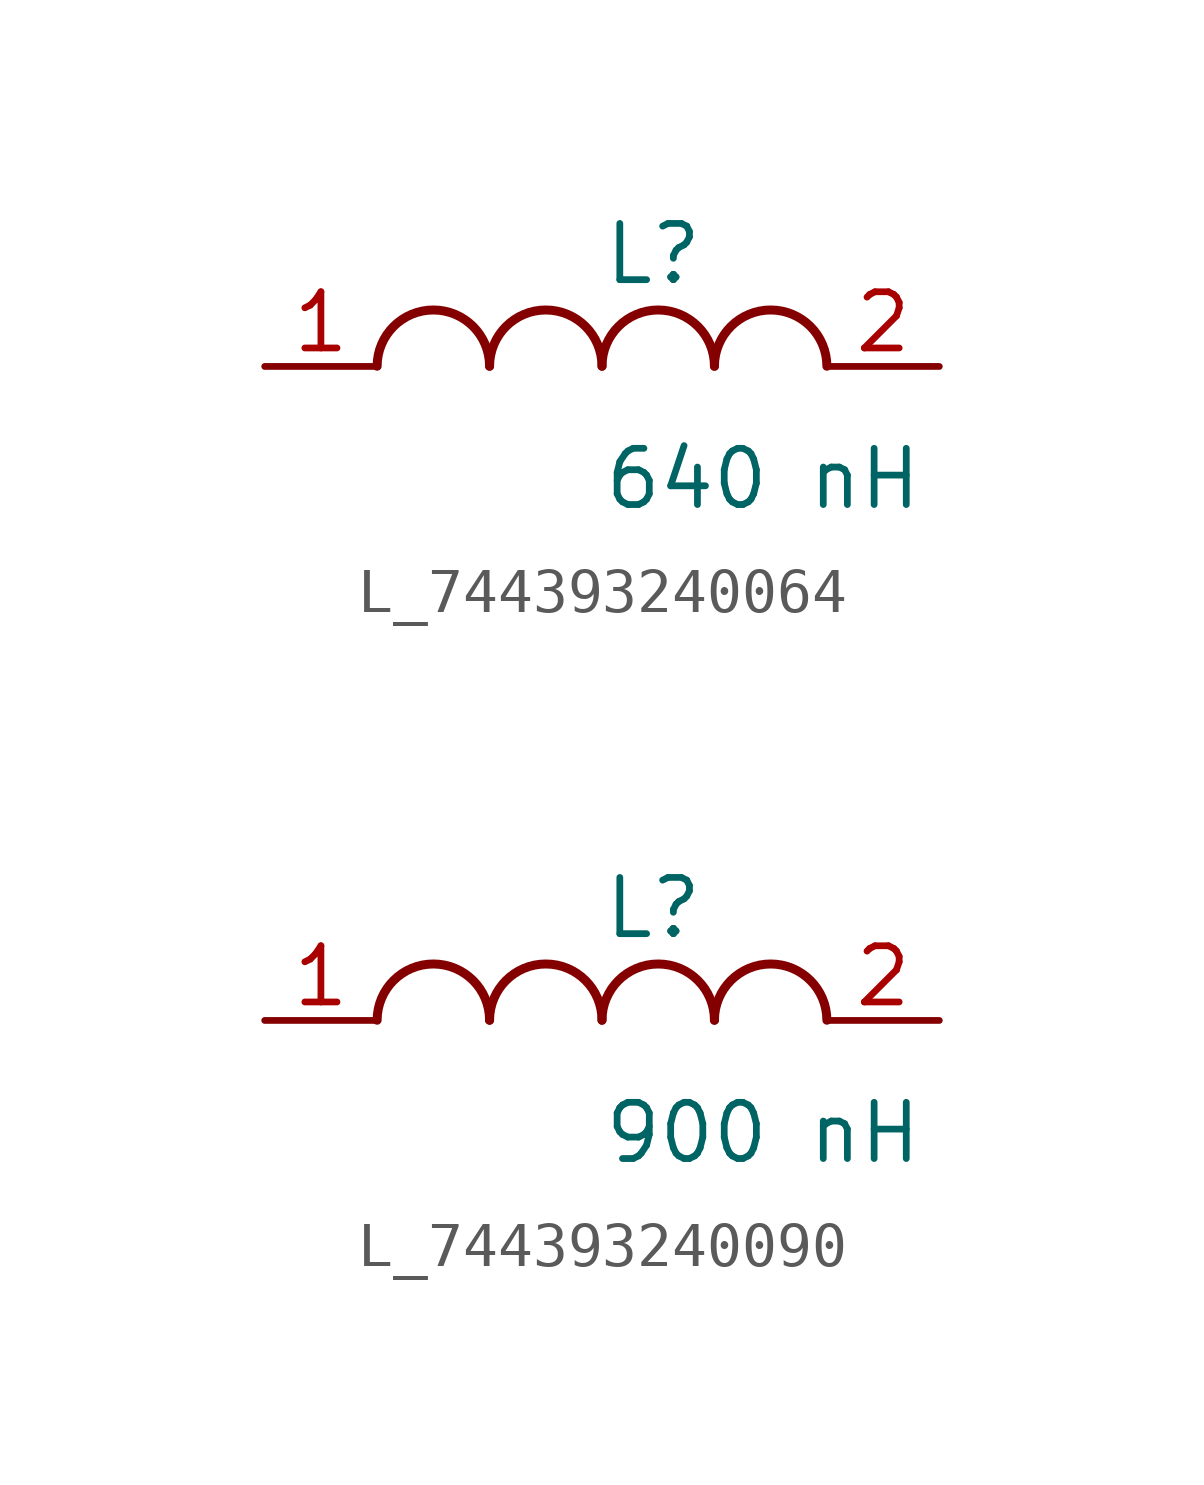
<source format=kicad_sym>
(kicad_symbol_lib
  (version 20231120)
  (generator kicad_symbol_editor)
  (generator_version 8.0)
  (symbol "L_744393240064"
    (pin_names
      (offset 0.254))
    (property "Reference" "L"
      (at 0 2.54 0)
      (effects (font (size 1.27 1.27)) (justify left)))
    (property "Value" "640 nH"
      (at 0 -2.54 0)
      (effects (font (size 1.27 1.27)) (justify left)))
    (symbol "L_744393240064_1_1"
      (arc (start -2.54 0.0056) (mid -3.81 1.27) (end -5.08 0.0056) (stroke (width 0.2032) (type default)) (fill (type none)))
      (arc (start 0 0.0056) (mid -1.27 1.27) (end -2.54 0.0056) (stroke (width 0.2032) (type default)) (fill (type none)))
      (arc (start 2.54 0.0056) (mid 1.27 1.27) (end 0 0.0056) (stroke (width 0.2032) (type default)) (fill (type none)))
      (arc (start 5.08 0.0056) (mid 3.81 1.27) (end 2.54 0.0056) (stroke (width 0.2032) (type default)) (fill (type none)))
      (pin passive line (at -7.62 0 0) (length 2.54) (name "" (effects (font (size 1.27 1.27)))) (number "1" (effects (font (size 1.27 1.27)))))
      (pin passive line (at 7.62 0 180) (length 2.54) (name "" (effects (font (size 1.27 1.27)))) (number "2" (effects (font (size 1.27 1.27)))))))
  (symbol "L_744393240090"
    (pin_names
      (offset 0.254))
    (property "Reference" "L"
      (at 0 2.54 0)
      (effects (font (size 1.27 1.27)) (justify left)))
    (property "Value" "900 nH"
      (at 0 -2.54 0)
      (effects (font (size 1.27 1.27)) (justify left)))
    (symbol "L_744393240090_1_1"
      (arc (start -2.54 0.0056) (mid -3.81 1.27) (end -5.08 0.0056) (stroke (width 0.2032) (type default)) (fill (type none)))
      (arc (start 0 0.0056) (mid -1.27 1.27) (end -2.54 0.0056) (stroke (width 0.2032) (type default)) (fill (type none)))
      (arc (start 2.54 0.0056) (mid 1.27 1.27) (end 0 0.0056) (stroke (width 0.2032) (type default)) (fill (type none)))
      (arc (start 5.08 0.0056) (mid 3.81 1.27) (end 2.54 0.0056) (stroke (width 0.2032) (type default)) (fill (type none)))
      (pin passive line (at -7.62 0 0) (length 2.54) (name "" (effects (font (size 1.27 1.27)))) (number "1" (effects (font (size 1.27 1.27)))))
      (pin passive line (at 7.62 0 180) (length 2.54) (name "" (effects (font (size 1.27 1.27)))) (number "2" (effects (font (size 1.27 1.27))))))))
</source>
